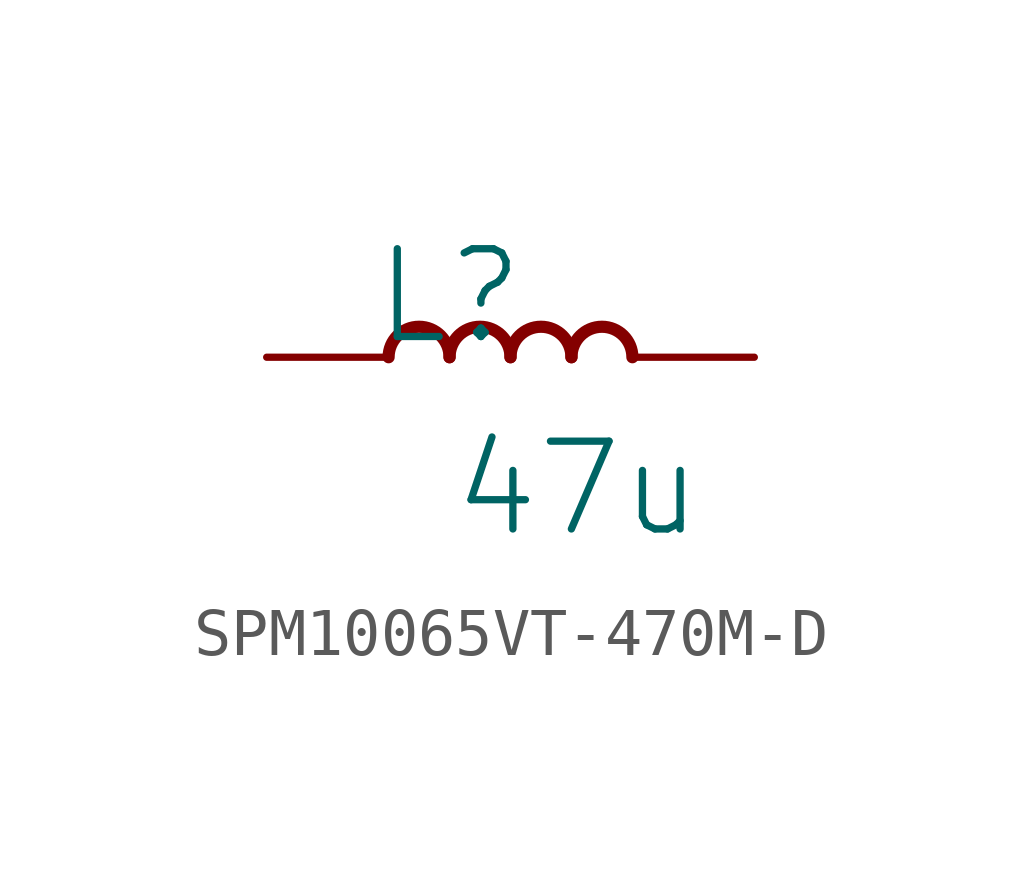
<source format=kicad_sym>
(kicad_symbol_lib
  (version 20231120)
  (generator "kicad_symbol_editor")
  (generator_version "8.0")
  (symbol "SPM10065VT-470M-D"
    (property "Reference" "L"
      (at -1.27 1.27 0)
      (effects (font (size 1.829 1.829))))
    (property "Value" "47u"
      (at -1.27 -3.81 0)
      (effects (font (size 1.829 1.829)) (justify left bottom)))
    (symbol "SPM10065VT-470M-D_1_0"
      (arc (start -1.27 0) (mid -1.905 0.635) (end -2.54 0) (stroke (width 0.254) (type solid)) (fill (type none)))
      (arc (start 0 0) (mid -0.635 0.635) (end -1.27 0) (stroke (width 0.254) (type solid)) (fill (type none)))
      (arc (start 1.27 0) (mid 0.635 0.635) (end 0 0) (stroke (width 0.254) (type solid)) (fill (type none)))
      (arc (start 2.54 0) (mid 1.905 0.635) (end 1.27 0) (stroke (width 0.254) (type solid)) (fill (type none)))
      (pin passive line (at -5.08 0 0) (length 2.54) (name "1" (effects (font (size 0 0)))) (number "1" (effects (font (size 0 0)))))
      (pin passive line (at 5.08 0 180) (length 2.54) (name "2" (effects (font (size 0 0)))) (number "2" (effects (font (size 0 0))))))))
</source>
